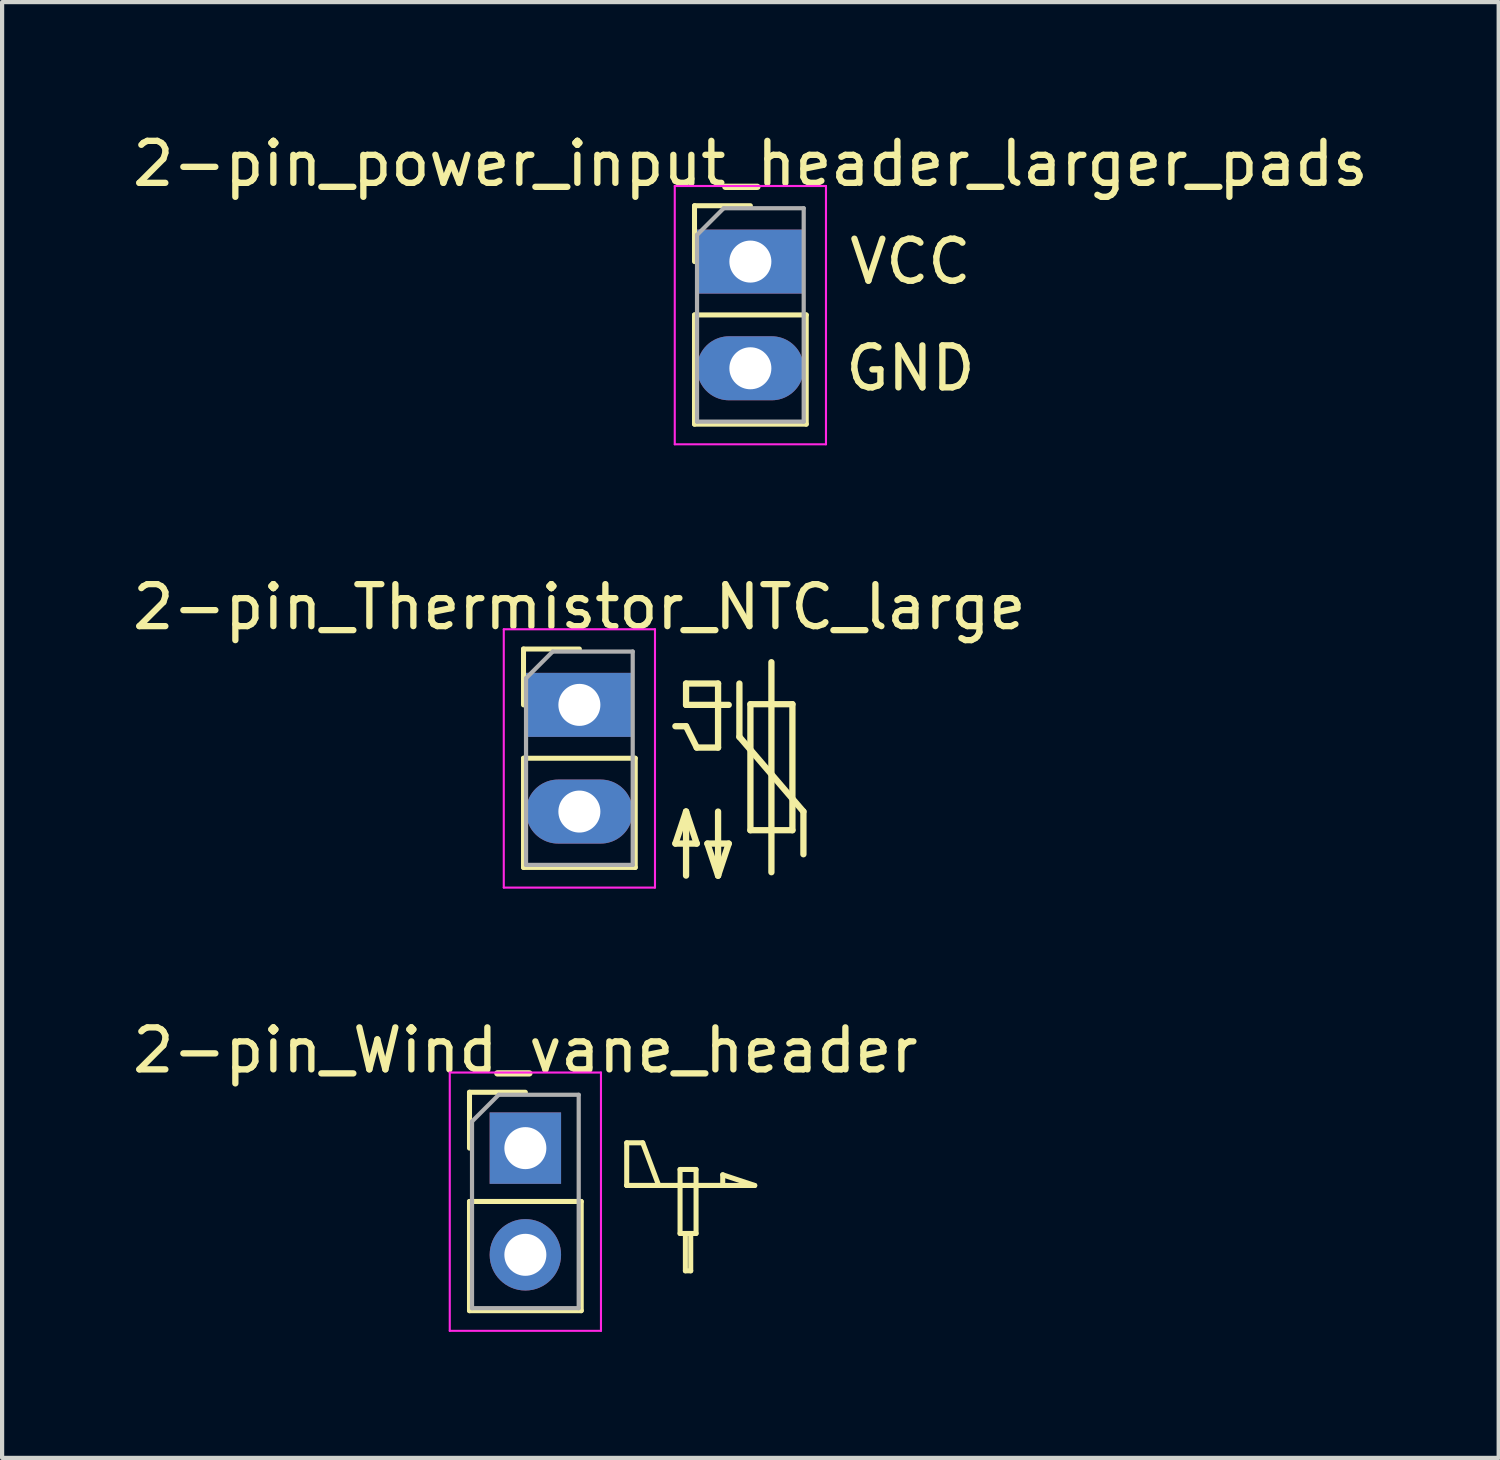
<source format=kicad_pcb>
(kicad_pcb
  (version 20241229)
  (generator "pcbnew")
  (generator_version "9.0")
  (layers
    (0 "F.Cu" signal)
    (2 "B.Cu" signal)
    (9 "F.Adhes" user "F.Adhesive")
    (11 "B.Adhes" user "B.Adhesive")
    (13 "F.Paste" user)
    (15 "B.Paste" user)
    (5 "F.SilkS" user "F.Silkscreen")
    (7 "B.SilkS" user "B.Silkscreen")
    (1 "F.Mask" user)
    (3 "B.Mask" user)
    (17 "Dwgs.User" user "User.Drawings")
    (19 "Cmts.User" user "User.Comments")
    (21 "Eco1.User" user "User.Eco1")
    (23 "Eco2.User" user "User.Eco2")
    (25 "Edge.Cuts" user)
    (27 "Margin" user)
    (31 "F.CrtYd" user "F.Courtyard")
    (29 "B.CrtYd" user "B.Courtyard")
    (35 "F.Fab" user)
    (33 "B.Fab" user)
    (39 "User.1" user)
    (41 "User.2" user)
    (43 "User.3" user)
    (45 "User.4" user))
  (footprint "2-pin_Wind_vane_header"
    (layer "F.Cu")
    (at 9.458 24.285)
    (property "Reference" "2-pin_Wind_vane_header" (at 0 -2.33 0) (layer "F.SilkS") (effects (font (size 1 1) (thickness 0.15))))
    (attr through_hole)
    (fp_line (start -1.33 -1.33) (end 0 -1.33) (stroke (width 0.12) (type solid)) (layer "F.SilkS"))
    (fp_line (start -1.33 0) (end -1.33 -1.33) (stroke (width 0.12) (type solid)) (layer "F.SilkS"))
    (fp_line (start -1.33 1.27) (end -1.33 3.87) (stroke (width 0.12) (type solid)) (layer "F.SilkS"))
    (fp_line (start -1.33 1.27) (end 1.33 1.27) (stroke (width 0.12) (type solid)) (layer "F.SilkS"))
    (fp_line (start -1.33 3.87) (end 1.33 3.87) (stroke (width 0.12) (type solid)) (layer "F.SilkS"))
    (fp_line (start 1.33 1.27) (end 1.33 3.87) (stroke (width 0.12) (type solid)) (layer "F.SilkS"))
    (fp_line (start 2.413 -0.127) (end 2.794 -0.127) (stroke (width 0.12) (type solid)) (layer "F.SilkS"))
    (fp_line (start 2.413 0.889) (end 2.413 -0.127) (stroke (width 0.12) (type solid)) (layer "F.SilkS"))
    (fp_line (start 2.413 0.889) (end 5.461 0.889) (stroke (width 0.12) (type solid)) (layer "F.SilkS"))
    (fp_line (start 2.794 -0.127) (end 3.175 0.889) (stroke (width 0.12) (type solid)) (layer "F.SilkS"))
    (fp_line (start 3.683 0.508) (end 4.064 0.508) (stroke (width 0.12) (type solid)) (layer "F.SilkS"))
    (fp_line (start 3.683 2.032) (end 3.683 0.508) (stroke (width 0.12) (type solid)) (layer "F.SilkS"))
    (fp_line (start 3.81 2.921) (end 3.81 2.032) (stroke (width 0.12) (type solid)) (layer "F.SilkS"))
    (fp_line (start 3.937 2.032) (end 3.937 2.921) (stroke (width 0.12) (type solid)) (layer "F.SilkS"))
    (fp_line (start 3.937 2.921) (end 3.81 2.921) (stroke (width 0.12) (type solid)) (layer "F.SilkS"))
    (fp_line (start 4.064 0.508) (end 4.064 2.032) (stroke (width 0.12) (type solid)) (layer "F.SilkS"))
    (fp_line (start 4.064 2.032) (end 3.683 2.032) (stroke (width 0.12) (type solid)) (layer "F.SilkS"))
    (fp_line (start 4.699 0.635) (end 4.699 0.889) (stroke (width 0.12) (type solid)) (layer "F.SilkS"))
    (fp_line (start 4.699 0.889) (end 2.413 0.889) (stroke (width 0.12) (type solid)) (layer "F.SilkS"))
    (fp_line (start 5.461 0.889) (end 4.699 0.635) (stroke (width 0.12) (type solid)) (layer "F.SilkS"))
    (fp_line (start -1.8 -1.8) (end -1.8 4.35) (stroke (width 0.05) (type solid)) (layer "F.CrtYd"))
    (fp_line (start -1.8 4.35) (end 1.8 4.35) (stroke (width 0.05) (type solid)) (layer "F.CrtYd"))
    (fp_line (start 1.8 -1.8) (end -1.8 -1.8) (stroke (width 0.05) (type solid)) (layer "F.CrtYd"))
    (fp_line (start 1.8 4.35) (end 1.8 -1.8) (stroke (width 0.05) (type solid)) (layer "F.CrtYd"))
    (fp_line (start -1.27 -0.635) (end -0.635 -1.27) (stroke (width 0.1) (type solid)) (layer "F.Fab"))
    (fp_line (start -1.27 3.81) (end -1.27 -0.635) (stroke (width 0.1) (type solid)) (layer "F.Fab"))
    (fp_line (start -0.635 -1.27) (end 1.27 -1.27) (stroke (width 0.1) (type solid)) (layer "F.Fab"))
    (fp_line (start 1.27 -1.27) (end 1.27 3.81) (stroke (width 0.1) (type solid)) (layer "F.Fab"))
    (fp_line (start 1.27 3.81) (end -1.27 3.81) (stroke (width 0.1) (type solid)) (layer "F.Fab"))
    (pad "1" thru_hole rect (at 0 0) (size 1.7 1.7) (drill 1) (layers "*.Cu" "*.Mask"))
    (pad "2" thru_hole oval (at 0 2.54) (size 1.7 1.7) (drill 1) (layers "*.Cu" "*.Mask")))
  (footprint "2-pin_Thermistor_NTC_large"
    (layer "F.Cu")
    (at 10.744 13.732)
    (property "Reference" "2-pin_Thermistor_NTC_large" (at 0 -2.33 0) (layer "F.SilkS") (effects (font (size 1 1) (thickness 0.15))))
    (attr through_hole)
    (fp_line (start -1.33 -1.33) (end 0 -1.33) (stroke (width 0.12) (type solid)) (layer "F.SilkS"))
    (fp_line (start -1.33 0) (end -1.33 -1.33) (stroke (width 0.12) (type solid)) (layer "F.SilkS"))
    (fp_line (start -1.33 1.27) (end -1.33 3.87) (stroke (width 0.12) (type solid)) (layer "F.SilkS"))
    (fp_line (start -1.33 1.27) (end 1.33 1.27) (stroke (width 0.12) (type solid)) (layer "F.SilkS"))
    (fp_line (start -1.33 3.87) (end 1.33 3.87) (stroke (width 0.12) (type solid)) (layer "F.SilkS"))
    (fp_line (start 1.33 1.27) (end 1.33 3.87) (stroke (width 0.12) (type solid)) (layer "F.SilkS"))
    (fp_line (start 2.286 0.508) (end 2.54 0.508) (stroke (width 0.15) (type solid)) (layer "F.SilkS"))
    (fp_line (start 2.286 3.302) (end 2.794 3.302) (stroke (width 0.15) (type solid)) (layer "F.SilkS"))
    (fp_line (start 2.54 -0.508) (end 2.54 0) (stroke (width 0.15) (type solid)) (layer "F.SilkS"))
    (fp_line (start 2.54 0) (end 3.556 0) (stroke (width 0.15) (type solid)) (layer "F.SilkS"))
    (fp_line (start 2.54 0.508) (end 2.794 1.016) (stroke (width 0.15) (type solid)) (layer "F.SilkS"))
    (fp_line (start 2.54 2.54) (end 2.286 3.302) (stroke (width 0.15) (type solid)) (layer "F.SilkS"))
    (fp_line (start 2.54 4.064) (end 2.54 2.54) (stroke (width 0.15) (type solid)) (layer "F.SilkS"))
    (fp_line (start 2.794 1.016) (end 3.302 1.016) (stroke (width 0.15) (type solid)) (layer "F.SilkS"))
    (fp_line (start 2.794 3.302) (end 2.54 2.54) (stroke (width 0.15) (type solid)) (layer "F.SilkS"))
    (fp_line (start 3.048 3.302) (end 3.302 4.064) (stroke (width 0.15) (type solid)) (layer "F.SilkS"))
    (fp_line (start 3.302 -0.508) (end 2.54 -0.508) (stroke (width 0.15) (type solid)) (layer "F.SilkS"))
    (fp_line (start 3.302 1.016) (end 3.302 -0.508) (stroke (width 0.15) (type solid)) (layer "F.SilkS"))
    (fp_line (start 3.302 2.54) (end 3.302 4.064) (stroke (width 0.15) (type solid)) (layer "F.SilkS"))
    (fp_line (start 3.302 4.064) (end 3.556 3.302) (stroke (width 0.15) (type solid)) (layer "F.SilkS"))
    (fp_line (start 3.556 3.302) (end 3.048 3.302) (stroke (width 0.15) (type solid)) (layer "F.SilkS"))
    (fp_line (start 3.81 0.762) (end 3.81 -0.508) (stroke (width 0.15) (type solid)) (layer "F.SilkS"))
    (fp_line (start 4.072 -0.016) (end 4.072 2.984) (stroke (width 0.15) (type solid)) (layer "F.SilkS"))
    (fp_line (start 4.072 2.984) (end 5.072 2.984) (stroke (width 0.15) (type solid)) (layer "F.SilkS"))
    (fp_line (start 4.572 -1.016) (end 4.572 3.984) (stroke (width 0.15) (type solid)) (layer "F.SilkS"))
    (fp_line (start 5.072 -0.016) (end 4.072 -0.016) (stroke (width 0.15) (type solid)) (layer "F.SilkS"))
    (fp_line (start 5.072 2.984) (end 5.072 -0.016) (stroke (width 0.15) (type solid)) (layer "F.SilkS"))
    (fp_line (start 5.334 2.54) (end 3.81 0.762) (stroke (width 0.15) (type solid)) (layer "F.SilkS"))
    (fp_line (start 5.334 3.556) (end 5.334 2.54) (stroke (width 0.15) (type solid)) (layer "F.SilkS"))
    (fp_line (start -1.8 -1.8) (end -1.8 4.35) (stroke (width 0.05) (type solid)) (layer "F.CrtYd"))
    (fp_line (start -1.8 4.35) (end 1.8 4.35) (stroke (width 0.05) (type solid)) (layer "F.CrtYd"))
    (fp_line (start 1.8 -1.8) (end -1.8 -1.8) (stroke (width 0.05) (type solid)) (layer "F.CrtYd"))
    (fp_line (start 1.8 4.35) (end 1.8 -1.8) (stroke (width 0.05) (type solid)) (layer "F.CrtYd"))
    (fp_line (start -1.27 -0.635) (end -0.635 -1.27) (stroke (width 0.1) (type solid)) (layer "F.Fab"))
    (fp_line (start -1.27 3.81) (end -1.27 -0.635) (stroke (width 0.1) (type solid)) (layer "F.Fab"))
    (fp_line (start -0.635 -1.27) (end 1.27 -1.27) (stroke (width 0.1) (type solid)) (layer "F.Fab"))
    (fp_line (start 1.27 -1.27) (end 1.27 3.81) (stroke (width 0.1) (type solid)) (layer "F.Fab"))
    (fp_line (start 1.27 3.81) (end -1.27 3.81) (stroke (width 0.1) (type solid)) (layer "F.Fab"))
    (pad "1" thru_hole rect (at 0 0) (size 2.54 1.524) (drill 1) (layers "*.Cu" "*.Mask"))
    (pad "2" thru_hole oval (at 0 2.54) (size 2.54 1.524) (drill 1) (layers "*.Cu" "*.Mask")))
  (footprint "2-pin_power_input_header_larger_pads"
    (layer "F.Cu")
    (at 14.815 3.178)
    (property "Reference" "2-pin_power_input_header_larger_pads" (at 0 -2.33 0) (layer "F.SilkS") (effects (font (size 1 1) (thickness 0.15))))
    (attr through_hole)
    (fp_line (start -1.33 -1.33) (end 0 -1.33) (stroke (width 0.12) (type solid)) (layer "F.SilkS"))
    (fp_line (start -1.33 0) (end -1.33 -1.33) (stroke (width 0.12) (type solid)) (layer "F.SilkS"))
    (fp_line (start -1.33 1.27) (end -1.33 3.87) (stroke (width 0.12) (type solid)) (layer "F.SilkS"))
    (fp_line (start -1.33 1.27) (end 1.33 1.27) (stroke (width 0.12) (type solid)) (layer "F.SilkS"))
    (fp_line (start -1.33 3.87) (end 1.33 3.87) (stroke (width 0.12) (type solid)) (layer "F.SilkS"))
    (fp_line (start 1.33 1.27) (end 1.33 3.87) (stroke (width 0.12) (type solid)) (layer "F.SilkS"))
    (fp_line (start -1.8 -1.8) (end -1.8 4.35) (stroke (width 0.05) (type solid)) (layer "F.CrtYd"))
    (fp_line (start -1.8 4.35) (end 1.8 4.35) (stroke (width 0.05) (type solid)) (layer "F.CrtYd"))
    (fp_line (start 1.8 -1.8) (end -1.8 -1.8) (stroke (width 0.05) (type solid)) (layer "F.CrtYd"))
    (fp_line (start 1.8 4.35) (end 1.8 -1.8) (stroke (width 0.05) (type solid)) (layer "F.CrtYd"))
    (fp_line (start -1.27 -0.635) (end -0.635 -1.27) (stroke (width 0.1) (type solid)) (layer "F.Fab"))
    (fp_line (start -1.27 3.81) (end -1.27 -0.635) (stroke (width 0.1) (type solid)) (layer "F.Fab"))
    (fp_line (start -0.635 -1.27) (end 1.27 -1.27) (stroke (width 0.1) (type solid)) (layer "F.Fab"))
    (fp_line (start 1.27 -1.27) (end 1.27 3.81) (stroke (width 0.1) (type solid)) (layer "F.Fab"))
    (fp_line (start 1.27 3.81) (end -1.27 3.81) (stroke (width 0.1) (type solid)) (layer "F.Fab"))
    (fp_text user "VCC" (at 3.81 0 0) (layer "F.SilkS") (effects (font (size 1 1) (thickness 0.15))))
    (fp_text user "GND" (at 3.81 2.54 0) (layer "F.SilkS") (effects (font (size 1 1) (thickness 0.15))))
    (pad "1" thru_hole rect (at 0 0) (size 2.54 1.524) (drill 1) (layers "*.Cu" "*.Mask"))
    (pad "2" thru_hole oval (at 0 2.54) (size 2.54 1.524) (drill 1) (layers "*.Cu" "*.Mask")))
  (gr_rect
    (start -3 -3)
    (end 32.631 31.66)
    (stroke (width 0.1) (type default))
    (fill no)
    (layer "Edge.Cuts")))
</source>
